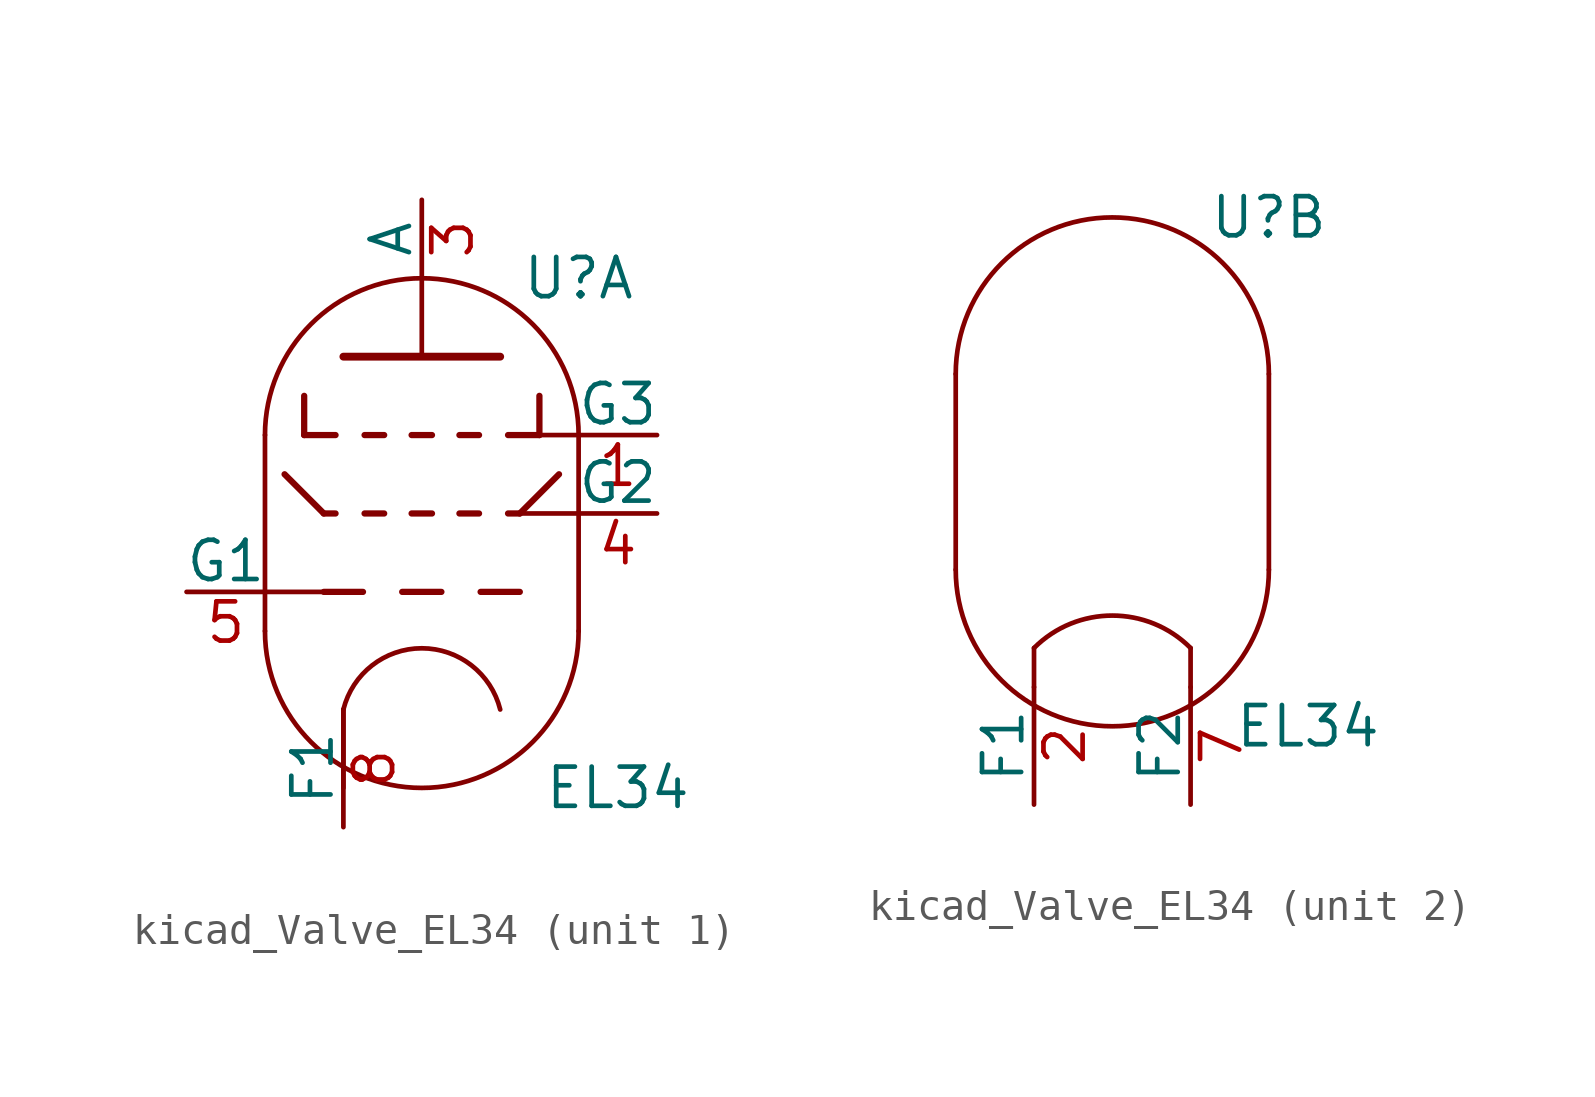
<source format=kicad_sym>
(kicad_symbol_lib
  (version 20220914)
  (generator kicad_symbol_editor)
  (symbol "kicad_Valve_EL34"
    (pin_names
      (offset 0))
    (property "Reference" "U"
      (at 5.08 8.89 0)
      (effects (font (size 1.27 1.27))))
    (property "Value" "EL34"
      (at 6.35 -7.62 0)
      (effects (font (size 1.27 1.27))))
    (property "ki_locked" ""
      (at 0 0 0)
      (effects (font (size 1.27 1.27))))
    (symbol "kicad_Valve_EL34_0_1"
      (arc (start -5.08 -2.54) (mid 0 -7.5979) (end 5.08 -2.54) (stroke (width 0) (type default)) (fill (type none)))
      (polyline (pts (xy -5.08 3.81) (xy -5.08 -2.54) (xy -5.08 -2.54)) (stroke (width 0) (type default)) (fill (type none)))
      (polyline (pts (xy 5.08 3.81) (xy 5.08 -2.54) (xy 5.08 -2.54)) (stroke (width 0) (type default)) (fill (type none)))
      (arc (start 5.08 3.81) (mid 0 8.8679) (end -5.08 3.81) (stroke (width 0) (type default)) (fill (type none))))
    (symbol "kicad_Valve_EL34_1_0"
      (polyline (pts (xy -2.54 -5.08) (xy -2.54 -7.62)) (stroke (width 0) (type default)) (fill (type none))))
    (symbol "kicad_Valve_EL34_1_1"
      (polyline (pts (xy -5.08 -1.27) (xy -3.175 -1.27)) (stroke (width 0) (type default)) (fill (type none)))
      (polyline (pts (xy -4.445 2.54) (xy -3.175 1.27)) (stroke (width 0.203) (type default)) (fill (type none)))
      (polyline (pts (xy -3.81 3.81) (xy -2.794 3.81)) (stroke (width 0.203) (type default)) (fill (type none)))
      (polyline (pts (xy -3.81 5.08) (xy -3.81 3.81)) (stroke (width 0.203) (type default)) (fill (type none)))
      (polyline (pts (xy -3.175 1.27) (xy -2.794 1.27)) (stroke (width 0.203) (type default)) (fill (type none)))
      (polyline (pts (xy -1.905 -1.27) (xy -3.175 -1.27)) (stroke (width 0.203) (type default)) (fill (type none)))
      (polyline (pts (xy -1.854 1.27) (xy -1.219 1.27)) (stroke (width 0.203) (type default)) (fill (type none)))
      (polyline (pts (xy -1.854 3.81) (xy -1.219 3.81)) (stroke (width 0.203) (type default)) (fill (type none)))
      (polyline (pts (xy -0.635 -1.27) (xy 0.635 -1.27)) (stroke (width 0.203) (type default)) (fill (type none)))
      (polyline (pts (xy -0.33 1.27) (xy 0.33 1.27)) (stroke (width 0.203) (type default)) (fill (type none)))
      (polyline (pts (xy -0.33 3.81) (xy 0.33 3.81)) (stroke (width 0.203) (type default)) (fill (type none)))
      (polyline (pts (xy 0 6.35) (xy 0 8.89)) (stroke (width 0) (type default)) (fill (type none)))
      (polyline (pts (xy 1.219 1.27) (xy 1.854 1.27)) (stroke (width 0.203) (type default)) (fill (type none)))
      (polyline (pts (xy 1.219 3.81) (xy 1.854 3.81)) (stroke (width 0.203) (type default)) (fill (type none)))
      (polyline (pts (xy 1.905 -1.27) (xy 3.175 -1.27)) (stroke (width 0.203) (type default)) (fill (type none)))
      (polyline (pts (xy 2.794 1.27) (xy 3.175 1.27)) (stroke (width 0.203) (type default)) (fill (type none)))
      (polyline (pts (xy 3.175 1.27) (xy 5.08 1.27)) (stroke (width 0) (type default)) (fill (type none)))
      (polyline (pts (xy 3.81 3.81) (xy 2.794 3.81)) (stroke (width 0.203) (type default)) (fill (type none)))
      (polyline (pts (xy 3.81 5.08) (xy 3.81 3.81)) (stroke (width 0.203) (type default)) (fill (type none)))
      (polyline (pts (xy 3.886 3.81) (xy 5.08 3.81)) (stroke (width 0) (type default)) (fill (type none)))
      (polyline (pts (xy 4.445 2.54) (xy 3.175 1.27)) (stroke (width 0.203) (type default)) (fill (type none)))
      (polyline (pts (xy -2.54 6.35) (xy 2.54 6.35) (xy 2.54 6.35) (xy 2.54 6.35)) (stroke (width 0.254) (type default)) (fill (type none)))
      (arc (start 2.54 -5.08) (mid 0 -3.0968) (end -2.54 -5.08) (stroke (width 0) (type default)) (fill (type none)))
      (pin input line (at 7.62 3.81 180) (length 2.54) (name "G3" (effects (font (size 1.27 1.27)))) (number "1" (effects (font (size 1.27 1.27)))))
      (pin output line (at 0 11.43 270) (length 2.54) (name "A" (effects (font (size 1.27 1.27)))) (number "3" (effects (font (size 1.27 1.27)))))
      (pin input line (at 7.62 1.27 180) (length 2.54) (name "G2" (effects (font (size 1.27 1.27)))) (number "4" (effects (font (size 1.27 1.27)))))
      (pin input line (at -7.62 -1.27 0) (length 2.54) (name "G1" (effects (font (size 1.27 1.27)))) (number "5" (effects (font (size 1.27 1.27)))))
      (pin power_in line (at -2.54 -8.89 90) (length 3.81) (name "F1" (effects (font (size 1.27 1.27)))) (number "8" (effects (font (size 1.27 1.27))))))
    (symbol "kicad_Valve_EL34_2_1"
      (polyline (pts (xy -2.54 -6.35) (xy -2.54 -5.08) (xy -2.54 -5.08)) (stroke (width 0) (type default)) (fill (type none)))
      (polyline (pts (xy 2.54 -6.35) (xy 2.54 -5.08) (xy 2.54 -5.08)) (stroke (width 0) (type default)) (fill (type none)))
      (arc (start 2.54 -5.08) (mid 0 -4.0279) (end -2.54 -5.08) (stroke (width 0) (type default)) (fill (type none)))
      (pin power_in line (at -2.54 -10.16 90) (length 3.81) (name "F1" (effects (font (size 1.27 1.27)))) (number "2" (effects (font (size 1.27 1.27)))))
      (pin power_in line (at 2.54 -10.16 90) (length 3.81) (name "F2" (effects (font (size 1.27 1.27)))) (number "7" (effects (font (size 1.27 1.27))))))))
</source>
